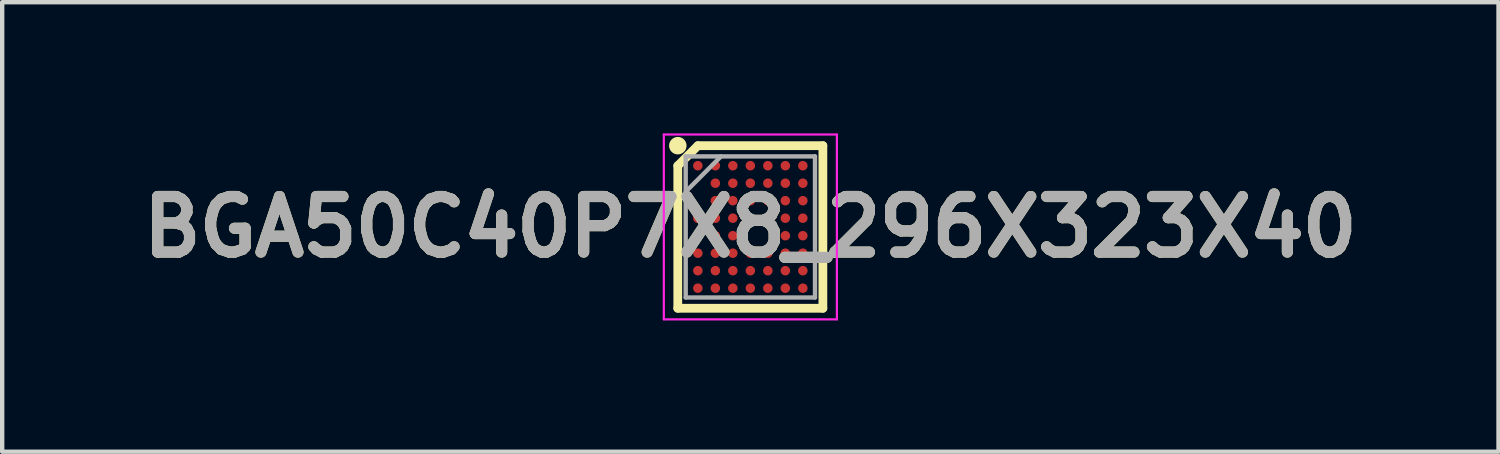
<source format=kicad_pcb>
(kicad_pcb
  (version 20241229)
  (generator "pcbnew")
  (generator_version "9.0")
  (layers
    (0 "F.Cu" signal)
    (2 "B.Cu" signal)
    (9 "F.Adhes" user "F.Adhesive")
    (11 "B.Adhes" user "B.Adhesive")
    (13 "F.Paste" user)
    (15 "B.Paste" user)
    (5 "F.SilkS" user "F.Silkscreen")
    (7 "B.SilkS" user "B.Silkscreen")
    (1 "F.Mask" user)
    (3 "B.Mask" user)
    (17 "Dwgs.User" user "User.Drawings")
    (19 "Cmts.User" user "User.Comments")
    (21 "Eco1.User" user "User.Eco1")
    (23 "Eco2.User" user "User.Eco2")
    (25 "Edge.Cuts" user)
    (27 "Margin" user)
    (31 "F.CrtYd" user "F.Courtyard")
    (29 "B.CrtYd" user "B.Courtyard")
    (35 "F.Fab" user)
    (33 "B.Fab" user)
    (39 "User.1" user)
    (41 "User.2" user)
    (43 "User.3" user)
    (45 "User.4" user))
  (footprint "BGA50C40P7X8_296X323X40"
    (layer "F.Cu")
    (at 14.103 2.138)
    (property "Reference" "BGA50C40P7X8_296X323X40" (at 0 0 0) (layer "F.SilkS") (effects (font (size 1.27 1.27) (thickness 0.254))))
    (attr smd)
    (fp_line (start -1.659 -1.399) (end -1.201 -1.857) (stroke (width 0.2) (type solid)) (layer "F.SilkS"))
    (fp_line (start -1.659 1.859) (end -1.659 -1.399) (stroke (width 0.2) (type solid)) (layer "F.SilkS"))
    (fp_line (start -1.2 -1.858) (end 1.658 -1.858) (stroke (width 0.2) (type solid)) (layer "F.SilkS"))
    (fp_line (start 1.658 -1.858) (end 1.658 1.859) (stroke (width 0.2) (type solid)) (layer "F.SilkS"))
    (fp_line (start 1.658 1.859) (end -1.659 1.859) (stroke (width 0.2) (type solid)) (layer "F.SilkS"))
    (fp_circle (center -1.658 -1.858) (end -1.658 -1.758) (stroke (width 0.2) (type solid)) (fill no) (layer "F.SilkS"))
    (fp_line (start -1.978 -2.113) (end 1.978 -2.113) (stroke (width 0.05) (type solid)) (layer "F.CrtYd"))
    (fp_line (start -1.978 2.113) (end -1.978 -2.113) (stroke (width 0.05) (type solid)) (layer "F.CrtYd"))
    (fp_line (start 1.978 -2.113) (end 1.978 2.113) (stroke (width 0.05) (type solid)) (layer "F.CrtYd"))
    (fp_line (start 1.978 2.113) (end -1.978 2.113) (stroke (width 0.05) (type solid)) (layer "F.CrtYd"))
    (fp_line (start -1.478 -1.613) (end 1.478 -1.613) (stroke (width 0.1) (type solid)) (layer "F.Fab"))
    (fp_line (start -1.478 -0.806) (end -0.672 -1.612) (stroke (width 0.1) (type solid)) (layer "F.Fab"))
    (fp_line (start -1.478 1.613) (end -1.478 -1.613) (stroke (width 0.1) (type solid)) (layer "F.Fab"))
    (fp_line (start 1.478 -1.613) (end 1.478 1.613) (stroke (width 0.1) (type solid)) (layer "F.Fab"))
    (fp_line (start 1.478 1.613) (end -1.478 1.613) (stroke (width 0.1) (type solid)) (layer "F.Fab"))
    (fp_text user "${REFERENCE}" (at 0 0 0) (layer "F.Fab") (effects (font (size 1.27 1.27) (thickness 0.254))))
    (pad "A1" smd circle (at -1.2 -1.4 90) (size 0.217 0.217) (layers "F.Cu" "F.Mask" "F.Paste"))
    (pad "A2" smd circle (at -0.8 -1.4 90) (size 0.217 0.217) (layers "F.Cu" "F.Mask" "F.Paste"))
    (pad "A3" smd circle (at -0.4 -1.4 90) (size 0.217 0.217) (layers "F.Cu" "F.Mask" "F.Paste"))
    (pad "A4" smd circle (at 0 -1.4 90) (size 0.217 0.217) (layers "F.Cu" "F.Mask" "F.Paste"))
    (pad "A5" smd circle (at 0.4 -1.4 90) (size 0.217 0.217) (layers "F.Cu" "F.Mask" "F.Paste"))
    (pad "A6" smd circle (at 0.8 -1.4 90) (size 0.217 0.217) (layers "F.Cu" "F.Mask" "F.Paste"))
    (pad "A7" smd circle (at 1.2 -1.4 90) (size 0.217 0.217) (layers "F.Cu" "F.Mask" "F.Paste"))
    (pad "B2" smd circle (at -0.8 -1 90) (size 0.217 0.217) (layers "F.Cu" "F.Mask" "F.Paste"))
    (pad "B3" smd circle (at -0.4 -1 90) (size 0.217 0.217) (layers "F.Cu" "F.Mask" "F.Paste"))
    (pad "B4" smd circle (at 0 -1 90) (size 0.217 0.217) (layers "F.Cu" "F.Mask" "F.Paste"))
    (pad "B5" smd circle (at 0.4 -1 90) (size 0.217 0.217) (layers "F.Cu" "F.Mask" "F.Paste"))
    (pad "B6" smd circle (at 0.8 -1 90) (size 0.217 0.217) (layers "F.Cu" "F.Mask" "F.Paste"))
    (pad "B7" smd circle (at 1.2 -1 90) (size 0.217 0.217) (layers "F.Cu" "F.Mask" "F.Paste"))
    (pad "C2" smd circle (at -0.8 -0.6 90) (size 0.217 0.217) (layers "F.Cu" "F.Mask" "F.Paste"))
    (pad "C3" smd circle (at -0.4 -0.6 90) (size 0.217 0.217) (layers "F.Cu" "F.Mask" "F.Paste"))
    (pad "C4" smd circle (at 0 -0.6 90) (size 0.217 0.217) (layers "F.Cu" "F.Mask" "F.Paste"))
    (pad "C5" smd circle (at 0.4 -0.6 90) (size 0.217 0.217) (layers "F.Cu" "F.Mask" "F.Paste"))
    (pad "C6" smd circle (at 0.8 -0.6 90) (size 0.217 0.217) (layers "F.Cu" "F.Mask" "F.Paste"))
    (pad "C7" smd circle (at 1.2 -0.6 90) (size 0.217 0.217) (layers "F.Cu" "F.Mask" "F.Paste"))
    (pad "D1" smd circle (at -1.2 -0.2 90) (size 0.217 0.217) (layers "F.Cu" "F.Mask" "F.Paste"))
    (pad "D2" smd circle (at -0.8 -0.2 90) (size 0.217 0.217) (layers "F.Cu" "F.Mask" "F.Paste"))
    (pad "D3" smd circle (at -0.4 -0.2 90) (size 0.217 0.217) (layers "F.Cu" "F.Mask" "F.Paste"))
    (pad "D6" smd circle (at 0.8 -0.2 90) (size 0.217 0.217) (layers "F.Cu" "F.Mask" "F.Paste"))
    (pad "D7" smd circle (at 1.2 -0.2 90) (size 0.217 0.217) (layers "F.Cu" "F.Mask" "F.Paste"))
    (pad "E1" smd circle (at -1.2 0.2 90) (size 0.217 0.217) (layers "F.Cu" "F.Mask" "F.Paste"))
    (pad "E2" smd circle (at -0.8 0.2 90) (size 0.217 0.217) (layers "F.Cu" "F.Mask" "F.Paste"))
    (pad "E3" smd circle (at -0.4 0.2 90) (size 0.217 0.217) (layers "F.Cu" "F.Mask" "F.Paste"))
    (pad "E6" smd circle (at 0.8 0.2 90) (size 0.217 0.217) (layers "F.Cu" "F.Mask" "F.Paste"))
    (pad "E7" smd circle (at 1.2 0.2 90) (size 0.217 0.217) (layers "F.Cu" "F.Mask" "F.Paste"))
    (pad "F1" smd circle (at -1.2 0.6 90) (size 0.217 0.217) (layers "F.Cu" "F.Mask" "F.Paste"))
    (pad "F2" smd circle (at -0.8 0.6 90) (size 0.217 0.217) (layers "F.Cu" "F.Mask" "F.Paste"))
    (pad "F3" smd circle (at -0.4 0.6 90) (size 0.217 0.217) (layers "F.Cu" "F.Mask" "F.Paste"))
    (pad "F4" smd circle (at 0 0.6 90) (size 0.217 0.217) (layers "F.Cu" "F.Mask" "F.Paste"))
    (pad "F5" smd circle (at 0.4 0.6 90) (size 0.217 0.217) (layers "F.Cu" "F.Mask" "F.Paste"))
    (pad "F6" smd circle (at 0.8 0.6 90) (size 0.217 0.217) (layers "F.Cu" "F.Mask" "F.Paste"))
    (pad "F7" smd circle (at 1.2 0.6 90) (size 0.217 0.217) (layers "F.Cu" "F.Mask" "F.Paste"))
    (pad "G1" smd circle (at -1.2 1 90) (size 0.217 0.217) (layers "F.Cu" "F.Mask" "F.Paste"))
    (pad "G2" smd circle (at -0.8 1 90) (size 0.217 0.217) (layers "F.Cu" "F.Mask" "F.Paste"))
    (pad "G3" smd circle (at -0.4 1 90) (size 0.217 0.217) (layers "F.Cu" "F.Mask" "F.Paste"))
    (pad "G4" smd circle (at 0 1 90) (size 0.217 0.217) (layers "F.Cu" "F.Mask" "F.Paste"))
    (pad "G5" smd circle (at 0.4 1 90) (size 0.217 0.217) (layers "F.Cu" "F.Mask" "F.Paste"))
    (pad "G6" smd circle (at 0.8 1 90) (size 0.217 0.217) (layers "F.Cu" "F.Mask" "F.Paste"))
    (pad "G7" smd circle (at 1.2 1 90) (size 0.217 0.217) (layers "F.Cu" "F.Mask" "F.Paste"))
    (pad "H1" smd circle (at -1.2 1.4 90) (size 0.217 0.217) (layers "F.Cu" "F.Mask" "F.Paste"))
    (pad "H2" smd circle (at -0.8 1.4 90) (size 0.217 0.217) (layers "F.Cu" "F.Mask" "F.Paste"))
    (pad "H3" smd circle (at -0.4 1.4 90) (size 0.217 0.217) (layers "F.Cu" "F.Mask" "F.Paste"))
    (pad "H4" smd circle (at 0 1.4 90) (size 0.217 0.217) (layers "F.Cu" "F.Mask" "F.Paste"))
    (pad "H5" smd circle (at 0.4 1.4 90) (size 0.217 0.217) (layers "F.Cu" "F.Mask" "F.Paste"))
    (pad "H6" smd circle (at 0.8 1.4 90) (size 0.217 0.217) (layers "F.Cu" "F.Mask" "F.Paste"))
    (pad "H7" smd circle (at 1.2 1.4 90) (size 0.217 0.217) (layers "F.Cu" "F.Mask" "F.Paste")))
  (gr_rect
    (start -3 -3)
    (end 31.206 7.276)
    (stroke (width 0.1) (type default))
    (fill no)
    (layer "Edge.Cuts")))
</source>
